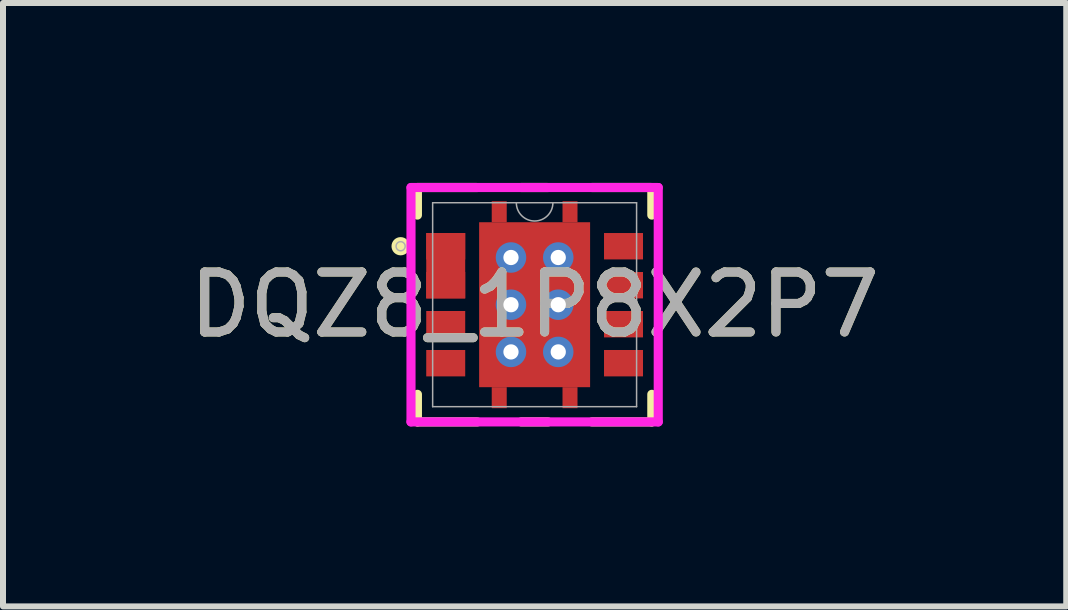
<source format=kicad_pcb>
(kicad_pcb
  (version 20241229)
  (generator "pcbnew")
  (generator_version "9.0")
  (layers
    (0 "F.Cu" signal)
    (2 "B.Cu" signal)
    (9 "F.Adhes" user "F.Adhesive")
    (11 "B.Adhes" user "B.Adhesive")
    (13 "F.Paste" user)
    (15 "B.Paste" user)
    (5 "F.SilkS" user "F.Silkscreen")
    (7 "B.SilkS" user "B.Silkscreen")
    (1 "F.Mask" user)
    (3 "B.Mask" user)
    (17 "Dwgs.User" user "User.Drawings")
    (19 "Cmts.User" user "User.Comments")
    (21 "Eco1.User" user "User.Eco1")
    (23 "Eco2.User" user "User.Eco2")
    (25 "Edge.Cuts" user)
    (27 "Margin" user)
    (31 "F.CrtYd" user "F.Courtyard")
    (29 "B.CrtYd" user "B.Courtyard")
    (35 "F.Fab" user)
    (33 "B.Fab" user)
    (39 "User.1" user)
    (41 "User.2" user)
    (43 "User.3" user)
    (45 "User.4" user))
  (footprint "DQZ8_1P8X2P7"
    (layer "F.Cu")
    (at 5.863 2.03)
    (property "Reference" "DQZ8_1P8X2P7" (at 0 0 0) (unlocked yes) (layer "F.SilkS") (effects (font (size 1 1) (thickness 0.15))))
    (attr smd)
    (fp_poly (pts (xy -1.807 -1.195) (xy -1.807 -0.105) (xy -1.157 -0.105) (xy -1.157 -1.195)) (stroke (width 0) (type solid)) (fill yes) (layer "F.Cu"))
    (fp_poly (pts (xy -0.465 -1.375) (xy -0.465 -1.725) (xy -0.715 -1.725) (xy -0.715 -1.375)) (stroke (width 0) (type solid)) (fill yes) (layer "F.Cu"))
    (fp_poly (pts (xy -0.465 1.375) (xy -0.465 1.725) (xy -0.715 1.725) (xy -0.715 1.375)) (stroke (width 0) (type solid)) (fill yes) (layer "F.Cu"))
    (fp_poly (pts (xy 0.465 -1.375) (xy 0.465 -1.725) (xy 0.715 -1.725) (xy 0.715 -1.375)) (stroke (width 0) (type solid)) (fill yes) (layer "F.Cu"))
    (fp_poly (pts (xy 0.465 1.375) (xy 0.465 1.725) (xy 0.715 1.725) (xy 0.715 1.375)) (stroke (width 0) (type solid)) (fill yes) (layer "F.Cu"))
    (fp_poly (pts (xy -1.877 -1.265) (xy -1.877 -0.685) (xy -1.087 -0.685) (xy -1.087 -1.265)) (stroke (width 0) (type solid)) (fill yes) (layer "F.Mask"))
    (fp_poly (pts (xy -1.877 -0.615) (xy -1.877 -0.035) (xy -1.087 -0.035) (xy -1.087 -0.615)) (stroke (width 0) (type solid)) (fill yes) (layer "F.Mask"))
    (fp_poly (pts (xy -1.877 0.035) (xy -1.877 0.615) (xy -1.087 0.615) (xy -1.087 0.035)) (stroke (width 0) (type solid)) (fill yes) (layer "F.Mask"))
    (fp_poly (pts (xy -1.877 0.685) (xy -1.877 1.265) (xy -1.087 1.265) (xy -1.087 0.685)) (stroke (width 0) (type solid)) (fill yes) (layer "F.Mask"))
    (fp_poly (pts (xy -0.989 -1.438) (xy -0.594 -1.438) (xy -0.594 1.438) (xy -0.989 1.438)) (stroke (width 0) (type solid)) (fill yes) (layer "F.Mask"))
    (fp_poly (pts (xy -0.989 -1.438) (xy 0.989 -1.438) (xy 0.989 -0.987) (xy -0.989 -0.987)) (stroke (width 0) (type solid)) (fill yes) (layer "F.Mask"))
    (fp_poly (pts (xy -0.989 -0.587) (xy 0.989 -0.587) (xy 0.989 -0.2) (xy -0.989 -0.2)) (stroke (width 0) (type solid)) (fill yes) (layer "F.Mask"))
    (fp_poly (pts (xy -0.989 0.2) (xy 0.989 0.2) (xy 0.989 0.587) (xy -0.989 0.587)) (stroke (width 0) (type solid)) (fill yes) (layer "F.Mask"))
    (fp_poly (pts (xy -0.989 0.987) (xy 0.989 0.987) (xy 0.989 1.438) (xy -0.989 1.438)) (stroke (width 0) (type solid)) (fill yes) (layer "F.Mask"))
    (fp_poly (pts (xy -0.465 -1.375) (xy -0.465 -1.725) (xy -0.715 -1.725) (xy -0.715 -1.375)) (stroke (width 0) (type solid)) (fill yes) (layer "F.Mask"))
    (fp_poly (pts (xy -0.465 1.375) (xy -0.465 1.725) (xy -0.715 1.725) (xy -0.715 1.375)) (stroke (width 0) (type solid)) (fill yes) (layer "F.Mask"))
    (fp_poly (pts (xy 0.194 -1.438) (xy -0.194 -1.438) (xy -0.194 1.438) (xy 0.194 1.438)) (stroke (width 0) (type solid)) (fill yes) (layer "F.Mask"))
    (fp_poly (pts (xy 0.465 -1.375) (xy 0.465 -1.725) (xy 0.715 -1.725) (xy 0.715 -1.375)) (stroke (width 0) (type solid)) (fill yes) (layer "F.Mask"))
    (fp_poly (pts (xy 0.465 1.375) (xy 0.465 1.725) (xy 0.715 1.725) (xy 0.715 1.375)) (stroke (width 0) (type solid)) (fill yes) (layer "F.Mask"))
    (fp_poly (pts (xy 0.594 -1.438) (xy 0.989 -1.438) (xy 0.989 1.438) (xy 0.594 1.438)) (stroke (width 0) (type solid)) (fill yes) (layer "F.Mask"))
    (fp_poly (pts (xy 1.087 -1.265) (xy 1.087 -0.685) (xy 1.877 -0.685) (xy 1.877 -1.265)) (stroke (width 0) (type solid)) (fill yes) (layer "F.Mask"))
    (fp_poly (pts (xy 1.087 -0.615) (xy 1.087 -0.035) (xy 1.877 -0.035) (xy 1.877 -0.615)) (stroke (width 0) (type solid)) (fill yes) (layer "F.Mask"))
    (fp_poly (pts (xy 1.087 0.035) (xy 1.087 0.615) (xy 1.877 0.615) (xy 1.877 0.035)) (stroke (width 0) (type solid)) (fill yes) (layer "F.Mask"))
    (fp_poly (pts (xy 1.087 0.685) (xy 1.087 1.265) (xy 1.877 1.265) (xy 1.877 0.685)) (stroke (width 0) (type solid)) (fill yes) (layer "F.Mask"))
    (fp_line (start -1.954 -1.954) (end -1.954 -1.494) (stroke (width 0.152) (type solid)) (layer "F.SilkS"))
    (fp_line (start -1.954 1.494) (end -1.954 1.954) (stroke (width 0.152) (type solid)) (layer "F.SilkS"))
    (fp_line (start -1.954 1.954) (end -0.956 1.954) (stroke (width 0.152) (type solid)) (layer "F.SilkS"))
    (fp_line (start -0.956 -1.954) (end -1.954 -1.954) (stroke (width 0.152) (type solid)) (layer "F.SilkS"))
    (fp_line (start -0.224 1.954) (end 0.224 1.954) (stroke (width 0.152) (type solid)) (layer "F.SilkS"))
    (fp_line (start 0.224 -1.954) (end -0.224 -1.954) (stroke (width 0.152) (type solid)) (layer "F.SilkS"))
    (fp_line (start 0.956 1.954) (end 1.954 1.954) (stroke (width 0.152) (type solid)) (layer "F.SilkS"))
    (fp_line (start 1.954 -1.954) (end 0.956 -1.954) (stroke (width 0.152) (type solid)) (layer "F.SilkS"))
    (fp_line (start 1.954 -1.494) (end 1.954 -1.954) (stroke (width 0.152) (type solid)) (layer "F.SilkS"))
    (fp_line (start 1.954 1.954) (end 1.954 1.494) (stroke (width 0.152) (type solid)) (layer "F.SilkS"))
    (fp_circle (center -2.234 -0.975) (end -2.158 -0.975) (stroke (width 0.152) (type solid)) (fill no) (layer "F.SilkS"))
    (fp_poly (pts (xy -1.757 -1.195) (xy -1.757 -0.105) (xy -1.208 -0.105) (xy -1.208 -1.195)) (stroke (width 0) (type solid)) (fill yes) (layer "F.Paste"))
    (fp_poly (pts (xy -1.757 -1.144) (xy -1.757 -0.806) (xy -1.208 -0.806) (xy -1.208 -1.144)) (stroke (width 0) (type solid)) (fill yes) (layer "F.Paste"))
    (fp_poly (pts (xy -1.757 -0.494) (xy -1.757 -0.156) (xy -1.208 -0.156) (xy -1.208 -0.494)) (stroke (width 0) (type solid)) (fill yes) (layer "F.Paste"))
    (fp_poly (pts (xy -1.757 0.156) (xy -1.757 0.494) (xy -1.208 0.494) (xy -1.208 0.156)) (stroke (width 0) (type solid)) (fill yes) (layer "F.Paste"))
    (fp_poly (pts (xy -1.757 0.806) (xy -1.757 1.144) (xy -1.208 1.144) (xy -1.208 0.806)) (stroke (width 0) (type solid)) (fill yes) (layer "F.Paste"))
    (fp_poly (pts (xy -0.516 -1.426) (xy -0.516 -1.674) (xy -0.664 -1.674) (xy -0.664 -1.426)) (stroke (width 0) (type solid)) (fill yes) (layer "F.Paste"))
    (fp_poly (pts (xy -0.516 1.426) (xy -0.516 1.674) (xy -0.664 1.674) (xy -0.664 1.426)) (stroke (width 0) (type solid)) (fill yes) (layer "F.Paste"))
    (fp_poly (pts (xy 0.516 -1.426) (xy 0.516 -1.674) (xy 0.664 -1.674) (xy 0.664 -1.426)) (stroke (width 0) (type solid)) (fill yes) (layer "F.Paste"))
    (fp_poly (pts (xy 0.516 1.426) (xy 0.516 1.674) (xy 0.664 1.674) (xy 0.664 1.426)) (stroke (width 0) (type solid)) (fill yes) (layer "F.Paste"))
    (fp_poly (pts (xy 1.208 -1.144) (xy 1.208 -0.806) (xy 1.757 -0.806) (xy 1.757 -1.144)) (stroke (width 0) (type solid)) (fill yes) (layer "F.Paste"))
    (fp_poly (pts (xy 1.208 -0.494) (xy 1.208 -0.156) (xy 1.757 -0.156) (xy 1.757 -0.494)) (stroke (width 0) (type solid)) (fill yes) (layer "F.Paste"))
    (fp_poly (pts (xy 1.208 0.156) (xy 1.208 0.494) (xy 1.757 0.494) (xy 1.757 0.156)) (stroke (width 0) (type solid)) (fill yes) (layer "F.Paste"))
    (fp_poly (pts (xy 1.208 0.806) (xy 1.208 1.144) (xy 1.757 1.144) (xy 1.757 0.806)) (stroke (width 0) (type solid)) (fill yes) (layer "F.Paste"))
    (fp_poly (pts (xy -0.85 -1.3) (xy -0.85 -0.887) (xy -0.635 -0.887) (xy -0.494 -1.029) (xy -0.494 -1.3)) (stroke (width 0) (type solid)) (fill yes) (layer "F.Paste"))
    (fp_poly (pts (xy -0.85 0.887) (xy -0.85 1.3) (xy -0.494 1.3) (xy -0.494 1.029) (xy -0.635 0.887)) (stroke (width 0) (type solid)) (fill yes) (layer "F.Paste"))
    (fp_poly (pts (xy 0.494 -1.3) (xy 0.494 -1.029) (xy 0.635 -0.887) (xy 0.85 -0.887) (xy 0.85 -1.3)) (stroke (width 0) (type solid)) (fill yes) (layer "F.Paste"))
    (fp_poly (pts (xy 0.635 0.887) (xy 0.494 1.029) (xy 0.494 1.3) (xy 0.85 1.3) (xy 0.85 0.887)) (stroke (width 0) (type solid)) (fill yes) (layer "F.Paste"))
    (fp_poly (pts (xy -0.85 -0.687) (xy -0.85 -0.1) (xy -0.635 -0.1) (xy -0.494 -0.241) (xy -0.494 -0.546) (xy -0.635 -0.687)) (stroke (width 0) (type solid)) (fill yes) (layer "F.Paste"))
    (fp_poly (pts (xy -0.85 0.1) (xy -0.85 0.687) (xy -0.635 0.687) (xy -0.494 0.546) (xy -0.494 0.241) (xy -0.635 0.1)) (stroke (width 0) (type solid)) (fill yes) (layer "F.Paste"))
    (fp_poly (pts (xy -0.294 -1.3) (xy -0.294 -1.029) (xy -0.152 -0.887) (xy 0.152 -0.887) (xy 0.294 -1.029) (xy 0.294 -1.3)) (stroke (width 0) (type solid)) (fill yes) (layer "F.Paste"))
    (fp_poly (pts (xy -0.152 0.887) (xy -0.294 1.029) (xy -0.294 1.3) (xy 0.294 1.3) (xy 0.294 1.029) (xy 0.152 0.887)) (stroke (width 0) (type solid)) (fill yes) (layer "F.Paste"))
    (fp_poly (pts (xy 0.635 -0.687) (xy 0.494 -0.546) (xy 0.494 -0.241) (xy 0.635 -0.1) (xy 0.85 -0.1) (xy 0.85 -0.687)) (stroke (width 0) (type solid)) (fill yes) (layer "F.Paste"))
    (fp_poly (pts (xy 0.635 0.1) (xy 0.494 0.241) (xy 0.494 0.546) (xy 0.635 0.687) (xy 0.85 0.687) (xy 0.85 0.1)) (stroke (width 0) (type solid)) (fill yes) (layer "F.Paste"))
    (fp_poly (pts (xy -0.152 -0.687) (xy -0.294 -0.546) (xy -0.294 -0.241) (xy -0.152 -0.1) (xy 0.152 -0.1) (xy 0.294 -0.241) (xy 0.294 -0.546) (xy 0.152 -0.687)) (stroke (width 0) (type solid)) (fill yes) (layer "F.Paste"))
    (fp_poly (pts (xy -0.152 0.1) (xy -0.294 0.241) (xy -0.294 0.546) (xy -0.152 0.687) (xy 0.152 0.687) (xy 0.294 0.546) (xy 0.294 0.241) (xy 0.152 0.1)) (stroke (width 0) (type solid)) (fill yes) (layer "F.Paste"))
    (fp_line (start -2.061 -1.954) (end 2.061 -1.954) (stroke (width 0.152) (type solid)) (layer "F.CrtYd"))
    (fp_line (start -2.061 1.954) (end -2.061 -1.954) (stroke (width 0.152) (type solid)) (layer "F.CrtYd"))
    (fp_line (start 2.061 -1.954) (end 2.061 1.954) (stroke (width 0.152) (type solid)) (layer "F.CrtYd"))
    (fp_line (start 2.061 1.954) (end -2.061 1.954) (stroke (width 0.152) (type solid)) (layer "F.CrtYd"))
    (fp_line (start -1.7 -1.7) (end -1.7 1.7) (stroke (width 0.025) (type solid)) (layer "F.Fab"))
    (fp_line (start -1.7 1.7) (end 1.7 1.7) (stroke (width 0.025) (type solid)) (layer "F.Fab"))
    (fp_line (start 1.7 -1.7) (end -1.7 -1.7) (stroke (width 0.025) (type solid)) (layer "F.Fab"))
    (fp_line (start 1.7 1.7) (end 1.7 -1.7) (stroke (width 0.025) (type solid)) (layer "F.Fab"))
    (fp_arc (start 0.3048 -1.7) (mid 0 -1.3952) (end -0.3048 -1.7) (stroke (width 0.0254) (type solid)) (layer "F.Fab"))
    (fp_circle (center -2.234 -0.975) (end -2.158 -0.975) (stroke (width 0.025) (type solid)) (fill no) (layer "F.Fab"))
    (fp_text user "${REFERENCE}" (at 0 0 0) (unlocked yes) (layer "F.Fab") (effects (font (size 1 1) (thickness 0.15))))
    (pad "1" smd rect (at -1.482 -0.975) (size 0.65 0.44) (layers "F.Cu" "F.Mask"))
    (pad "2" smd rect (at -1.482 -0.325) (size 0.65 0.44) (layers "F.Cu" "F.Mask"))
    (pad "3" smd rect (at -1.482 0.325) (size 0.65 0.44) (layers "F.Cu" "F.Mask"))
    (pad "4" smd rect (at -1.482 0.975) (size 0.65 0.44) (layers "F.Cu" "F.Mask"))
    (pad "5" smd rect (at 1.482 0.975) (size 0.65 0.44) (layers "F.Cu" "F.Mask"))
    (pad "6" smd rect (at 1.482 0.325) (size 0.65 0.44) (layers "F.Cu" "F.Mask"))
    (pad "7" smd rect (at 1.482 -0.325) (size 0.65 0.44) (layers "F.Cu" "F.Mask"))
    (pad "8" smd rect (at 1.482 -0.975) (size 0.65 0.44) (layers "F.Cu" "F.Mask"))
    (pad "9" smd rect (at 0 0) (size 1.85 2.75) (layers "F.Cu"))
    (pad "V" thru_hole circle (at -0.394 -0.787) (size 0.508 0.508) (drill 0.254) (layers "*.Cu" "*.Mask"))
    (pad "V" thru_hole circle (at -0.394 0) (size 0.508 0.508) (drill 0.254) (layers "*.Cu" "*.Mask"))
    (pad "V" thru_hole circle (at -0.394 0.787) (size 0.508 0.508) (drill 0.254) (layers "*.Cu" "*.Mask"))
    (pad "V" thru_hole circle (at 0.394 -0.787) (size 0.508 0.508) (drill 0.254) (layers "*.Cu" "*.Mask"))
    (pad "V" thru_hole circle (at 0.394 0) (size 0.508 0.508) (drill 0.254) (layers "*.Cu" "*.Mask"))
    (pad "V" thru_hole circle (at 0.394 0.787) (size 0.508 0.508) (drill 0.254) (layers "*.Cu" "*.Mask")))
  (gr_rect
    (start -3 -3)
    (end 14.726 7.06)
    (stroke (width 0.1) (type default))
    (fill no)
    (layer "Edge.Cuts")))
</source>
